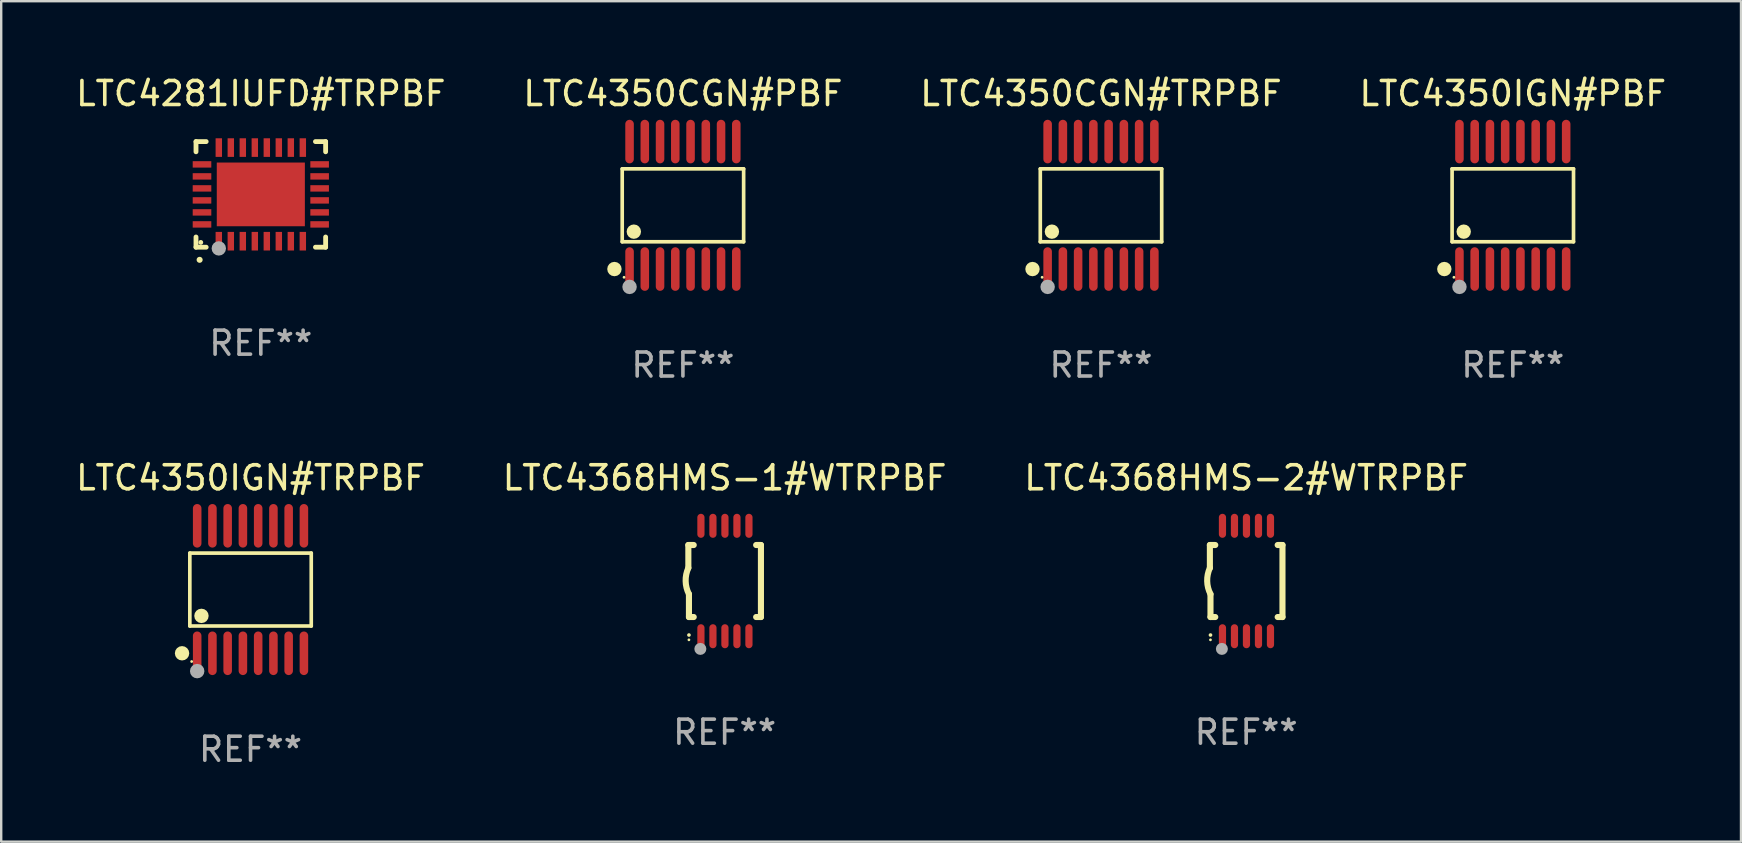
<source format=kicad_pcb>
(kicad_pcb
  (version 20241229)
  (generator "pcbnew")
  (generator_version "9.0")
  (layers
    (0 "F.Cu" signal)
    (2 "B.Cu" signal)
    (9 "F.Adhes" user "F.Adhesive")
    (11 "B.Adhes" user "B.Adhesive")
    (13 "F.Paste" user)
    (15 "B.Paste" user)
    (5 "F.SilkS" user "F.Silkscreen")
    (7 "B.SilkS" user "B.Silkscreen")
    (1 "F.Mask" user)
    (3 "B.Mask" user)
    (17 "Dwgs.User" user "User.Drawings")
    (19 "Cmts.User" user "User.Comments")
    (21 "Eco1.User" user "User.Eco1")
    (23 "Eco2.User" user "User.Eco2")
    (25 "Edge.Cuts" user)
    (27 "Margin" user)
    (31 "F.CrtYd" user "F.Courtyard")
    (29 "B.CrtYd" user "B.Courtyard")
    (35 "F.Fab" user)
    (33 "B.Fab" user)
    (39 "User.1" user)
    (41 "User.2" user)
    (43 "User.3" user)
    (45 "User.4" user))
  (footprint "LTC4281IUFD#TRPBF"
    (layer "F.Cu")
    (at 7.815 5.048)
    (property "Reference" "LTC4281IUFD#TRPBF" (at 0 -4.2 0) (layer "F.SilkS") (effects (font (size 1 1) (thickness 0.15))))
    (attr through_hole)
    (fp_line (start -2.7 -2.2) (end -2.276 -2.2) (stroke (width 0.201) (type solid)) (layer "F.SilkS"))
    (fp_line (start -2.7 -1.775) (end -2.7 -2.2) (stroke (width 0.201) (type solid)) (layer "F.SilkS"))
    (fp_line (start -2.7 2.2) (end -2.7 1.775) (stroke (width 0.201) (type solid)) (layer "F.SilkS"))
    (fp_line (start -2.276 2.2) (end -2.7 2.2) (stroke (width 0.201) (type solid)) (layer "F.SilkS"))
    (fp_line (start 2.276 2.2) (end 2.7 2.2) (stroke (width 0.201) (type solid)) (layer "F.SilkS"))
    (fp_line (start 2.7 -2.2) (end 2.276 -2.2) (stroke (width 0.201) (type solid)) (layer "F.SilkS"))
    (fp_line (start 2.7 -1.775) (end 2.7 -2.2) (stroke (width 0.201) (type solid)) (layer "F.SilkS"))
    (fp_line (start 2.7 2.2) (end 2.7 1.775) (stroke (width 0.201) (type solid)) (layer "F.SilkS"))
    (fp_arc (start -2.550165 2.725425) (mid -2.548895 2.725419) (end -2.547625 2.725425) (stroke (width 0.24892) (type solid)) (layer "F.SilkS"))
    (fp_circle (center -2.5 2) (end -2.45 2) (stroke (width 0.1) (type solid)) (fill no) (layer "F.SilkS"))
    (fp_circle (center -1.75 2.25) (end -1.6 2.25) (stroke (width 0.3) (type solid)) (fill no) (layer "F.Fab"))
    (fp_text user "REF**" (at 0 6.2 0) (layer "F.Fab") (effects (font (size 1 1) (thickness 0.15))))
    (pad "1" smd rect (at -1.75 1.95) (size 0.267 0.775) (layers "F.Cu" "F.Mask" "F.Paste"))
    (pad "2" smd rect (at -1.25 1.95) (size 0.267 0.775) (layers "F.Cu" "F.Mask" "F.Paste"))
    (pad "3" smd rect (at -0.75 1.95) (size 0.267 0.775) (layers "F.Cu" "F.Mask" "F.Paste"))
    (pad "4" smd rect (at -0.25 1.95) (size 0.267 0.775) (layers "F.Cu" "F.Mask" "F.Paste"))
    (pad "5" smd rect (at 0.25 1.95) (size 0.267 0.775) (layers "F.Cu" "F.Mask" "F.Paste"))
    (pad "6" smd rect (at 0.75 1.95) (size 0.267 0.775) (layers "F.Cu" "F.Mask" "F.Paste"))
    (pad "7" smd rect (at 1.25 1.95) (size 0.267 0.775) (layers "F.Cu" "F.Mask" "F.Paste"))
    (pad "8" smd rect (at 1.75 1.95) (size 0.267 0.775) (layers "F.Cu" "F.Mask" "F.Paste"))
    (pad "9" smd rect (at 2.45 1.25) (size 0.775 0.267) (layers "F.Cu" "F.Mask" "F.Paste"))
    (pad "10" smd rect (at 2.45 0.75) (size 0.775 0.267) (layers "F.Cu" "F.Mask" "F.Paste"))
    (pad "11" smd rect (at 2.45 0.25) (size 0.775 0.267) (layers "F.Cu" "F.Mask" "F.Paste"))
    (pad "12" smd rect (at 2.45 -0.25) (size 0.775 0.267) (layers "F.Cu" "F.Mask" "F.Paste"))
    (pad "13" smd rect (at 2.45 -0.75) (size 0.775 0.267) (layers "F.Cu" "F.Mask" "F.Paste"))
    (pad "14" smd rect (at 2.45 -1.25) (size 0.775 0.267) (layers "F.Cu" "F.Mask" "F.Paste"))
    (pad "15" smd rect (at 1.75 -1.95) (size 0.267 0.775) (layers "F.Cu" "F.Mask" "F.Paste"))
    (pad "16" smd rect (at 1.25 -1.95) (size 0.267 0.775) (layers "F.Cu" "F.Mask" "F.Paste"))
    (pad "17" smd rect (at 0.75 -1.95) (size 0.267 0.775) (layers "F.Cu" "F.Mask" "F.Paste"))
    (pad "18" smd rect (at 0.25 -1.95) (size 0.267 0.775) (layers "F.Cu" "F.Mask" "F.Paste"))
    (pad "19" smd rect (at -0.25 -1.95) (size 0.267 0.775) (layers "F.Cu" "F.Mask" "F.Paste"))
    (pad "20" smd rect (at -0.75 -1.95) (size 0.267 0.775) (layers "F.Cu" "F.Mask" "F.Paste"))
    (pad "21" smd rect (at -1.25 -1.95) (size 0.267 0.775) (layers "F.Cu" "F.Mask" "F.Paste"))
    (pad "22" smd rect (at -1.75 -1.95) (size 0.267 0.775) (layers "F.Cu" "F.Mask" "F.Paste"))
    (pad "23" smd rect (at -2.45 -1.25) (size 0.775 0.267) (layers "F.Cu" "F.Mask" "F.Paste"))
    (pad "24" smd rect (at -2.45 -0.75) (size 0.775 0.267) (layers "F.Cu" "F.Mask" "F.Paste"))
    (pad "25" smd rect (at -2.45 -0.25) (size 0.775 0.267) (layers "F.Cu" "F.Mask" "F.Paste"))
    (pad "26" smd rect (at -2.45 0.25) (size 0.775 0.267) (layers "F.Cu" "F.Mask" "F.Paste"))
    (pad "27" smd rect (at -2.45 0.75) (size 0.775 0.267) (layers "F.Cu" "F.Mask" "F.Paste"))
    (pad "28" smd rect (at -2.45 1.25) (size 0.775 0.267) (layers "F.Cu" "F.Mask" "F.Paste"))
    (pad "29" smd rect (at 0.000127 0.000127) (size 3.67 2.654) (layers "F.Cu" "F.Mask" "F.Paste")))
  (footprint "LTC4350IGN#TRPBF"
    (layer "F.Cu")
    (at 7.387 21.509)
    (property "Reference" "LTC4350IGN#TRPBF" (at 0 -4.655 0) (layer "F.SilkS") (effects (font (size 1 1) (thickness 0.15))))
    (attr through_hole)
    (fp_line (start -2.529 -1.519) (end 2.529 -1.519) (stroke (width 0.152) (type solid)) (layer "F.SilkS"))
    (fp_line (start -2.529 1.519) (end -2.529 -1.519) (stroke (width 0.152) (type solid)) (layer "F.SilkS"))
    (fp_line (start 2.529 -1.519) (end 2.529 1.519) (stroke (width 0.152) (type solid)) (layer "F.SilkS"))
    (fp_line (start 2.529 1.519) (end -2.529 1.519) (stroke (width 0.152) (type solid)) (layer "F.SilkS"))
    (fp_circle (center -2.853 2.655) (end -2.703 2.655) (stroke (width 0.3) (type solid)) (fill no) (layer "F.SilkS"))
    (fp_circle (center -2.453 2.998) (end -2.423 2.998) (stroke (width 0.06) (type solid)) (fill no) (layer "F.SilkS"))
    (fp_circle (center -2.045 1.097) (end -1.895 1.097) (stroke (width 0.3) (type solid)) (fill no) (layer "F.SilkS"))
    (fp_circle (center -2.223 3.398) (end -2.072 3.398) (stroke (width 0.3) (type solid)) (fill no) (layer "F.Fab"))
    (fp_text user "REF**" (at 0 6.655 0) (layer "F.Fab") (effects (font (size 1 1) (thickness 0.15))))
    (pad "1" smd oval (at -2.223 2.655) (size 0.356 1.815) (layers "F.Cu" "F.Mask" "F.Paste"))
    (pad "2" smd oval (at -1.588 2.655) (size 0.356 1.815) (layers "F.Cu" "F.Mask" "F.Paste"))
    (pad "3" smd oval (at -0.953 2.655) (size 0.356 1.815) (layers "F.Cu" "F.Mask" "F.Paste"))
    (pad "4" smd oval (at -0.318 2.655) (size 0.356 1.815) (layers "F.Cu" "F.Mask" "F.Paste"))
    (pad "5" smd oval (at 0.318 2.655) (size 0.356 1.815) (layers "F.Cu" "F.Mask" "F.Paste"))
    (pad "6" smd oval (at 0.953 2.655) (size 0.356 1.815) (layers "F.Cu" "F.Mask" "F.Paste"))
    (pad "7" smd oval (at 1.588 2.655) (size 0.356 1.815) (layers "F.Cu" "F.Mask" "F.Paste"))
    (pad "8" smd oval (at 2.223 2.655) (size 0.356 1.815) (layers "F.Cu" "F.Mask" "F.Paste"))
    (pad "9" smd oval (at 2.223 -2.655) (size 0.356 1.815) (layers "F.Cu" "F.Mask" "F.Paste"))
    (pad "10" smd oval (at 1.588 -2.655) (size 0.356 1.815) (layers "F.Cu" "F.Mask" "F.Paste"))
    (pad "11" smd oval (at 0.953 -2.655) (size 0.356 1.815) (layers "F.Cu" "F.Mask" "F.Paste"))
    (pad "12" smd oval (at 0.318 -2.655) (size 0.356 1.815) (layers "F.Cu" "F.Mask" "F.Paste"))
    (pad "13" smd oval (at -0.318 -2.655) (size 0.356 1.815) (layers "F.Cu" "F.Mask" "F.Paste"))
    (pad "14" smd oval (at -0.953 -2.655) (size 0.356 1.815) (layers "F.Cu" "F.Mask" "F.Paste"))
    (pad "15" smd oval (at -1.588 -2.655) (size 0.356 1.815) (layers "F.Cu" "F.Mask" "F.Paste"))
    (pad "16" smd oval (at -2.223 -2.655) (size 0.356 1.815) (layers "F.Cu" "F.Mask" "F.Paste")))
  (footprint "LTC4350CGN#PBF"
    (layer "F.Cu")
    (at 25.399 5.503)
    (property "Reference" "LTC4350CGN#PBF" (at 0 -4.655 0) (layer "F.SilkS") (effects (font (size 1 1) (thickness 0.15))))
    (attr through_hole)
    (fp_line (start -2.529 -1.519) (end 2.529 -1.519) (stroke (width 0.152) (type solid)) (layer "F.SilkS"))
    (fp_line (start -2.529 1.519) (end -2.529 -1.519) (stroke (width 0.152) (type solid)) (layer "F.SilkS"))
    (fp_line (start 2.529 -1.519) (end 2.529 1.519) (stroke (width 0.152) (type solid)) (layer "F.SilkS"))
    (fp_line (start 2.529 1.519) (end -2.529 1.519) (stroke (width 0.152) (type solid)) (layer "F.SilkS"))
    (fp_circle (center -2.853 2.655) (end -2.703 2.655) (stroke (width 0.3) (type solid)) (fill no) (layer "F.SilkS"))
    (fp_circle (center -2.453 2.998) (end -2.423 2.998) (stroke (width 0.06) (type solid)) (fill no) (layer "F.SilkS"))
    (fp_circle (center -2.045 1.097) (end -1.895 1.097) (stroke (width 0.3) (type solid)) (fill no) (layer "F.SilkS"))
    (fp_circle (center -2.223 3.398) (end -2.072 3.398) (stroke (width 0.3) (type solid)) (fill no) (layer "F.Fab"))
    (fp_text user "REF**" (at 0 6.655 0) (layer "F.Fab") (effects (font (size 1 1) (thickness 0.15))))
    (pad "1" smd oval (at -2.223 2.655) (size 0.356 1.815) (layers "F.Cu" "F.Mask" "F.Paste"))
    (pad "2" smd oval (at -1.588 2.655) (size 0.356 1.815) (layers "F.Cu" "F.Mask" "F.Paste"))
    (pad "3" smd oval (at -0.953 2.655) (size 0.356 1.815) (layers "F.Cu" "F.Mask" "F.Paste"))
    (pad "4" smd oval (at -0.318 2.655) (size 0.356 1.815) (layers "F.Cu" "F.Mask" "F.Paste"))
    (pad "5" smd oval (at 0.318 2.655) (size 0.356 1.815) (layers "F.Cu" "F.Mask" "F.Paste"))
    (pad "6" smd oval (at 0.953 2.655) (size 0.356 1.815) (layers "F.Cu" "F.Mask" "F.Paste"))
    (pad "7" smd oval (at 1.588 2.655) (size 0.356 1.815) (layers "F.Cu" "F.Mask" "F.Paste"))
    (pad "8" smd oval (at 2.223 2.655) (size 0.356 1.815) (layers "F.Cu" "F.Mask" "F.Paste"))
    (pad "9" smd oval (at 2.223 -2.655) (size 0.356 1.815) (layers "F.Cu" "F.Mask" "F.Paste"))
    (pad "10" smd oval (at 1.588 -2.655) (size 0.356 1.815) (layers "F.Cu" "F.Mask" "F.Paste"))
    (pad "11" smd oval (at 0.953 -2.655) (size 0.356 1.815) (layers "F.Cu" "F.Mask" "F.Paste"))
    (pad "12" smd oval (at 0.318 -2.655) (size 0.356 1.815) (layers "F.Cu" "F.Mask" "F.Paste"))
    (pad "13" smd oval (at -0.318 -2.655) (size 0.356 1.815) (layers "F.Cu" "F.Mask" "F.Paste"))
    (pad "14" smd oval (at -0.953 -2.655) (size 0.356 1.815) (layers "F.Cu" "F.Mask" "F.Paste"))
    (pad "15" smd oval (at -1.588 -2.655) (size 0.356 1.815) (layers "F.Cu" "F.Mask" "F.Paste"))
    (pad "16" smd oval (at -2.223 -2.655) (size 0.356 1.815) (layers "F.Cu" "F.Mask" "F.Paste")))
  (footprint "LTC4350CGN#TRPBF"
    (layer "F.Cu")
    (at 42.815 5.503)
    (property "Reference" "LTC4350CGN#TRPBF" (at 0 -4.655 0) (layer "F.SilkS") (effects (font (size 1 1) (thickness 0.15))))
    (attr through_hole)
    (fp_line (start -2.529 -1.519) (end 2.529 -1.519) (stroke (width 0.152) (type solid)) (layer "F.SilkS"))
    (fp_line (start -2.529 1.519) (end -2.529 -1.519) (stroke (width 0.152) (type solid)) (layer "F.SilkS"))
    (fp_line (start 2.529 -1.519) (end 2.529 1.519) (stroke (width 0.152) (type solid)) (layer "F.SilkS"))
    (fp_line (start 2.529 1.519) (end -2.529 1.519) (stroke (width 0.152) (type solid)) (layer "F.SilkS"))
    (fp_circle (center -2.853 2.655) (end -2.703 2.655) (stroke (width 0.3) (type solid)) (fill no) (layer "F.SilkS"))
    (fp_circle (center -2.453 2.998) (end -2.423 2.998) (stroke (width 0.06) (type solid)) (fill no) (layer "F.SilkS"))
    (fp_circle (center -2.045 1.097) (end -1.895 1.097) (stroke (width 0.3) (type solid)) (fill no) (layer "F.SilkS"))
    (fp_circle (center -2.223 3.398) (end -2.072 3.398) (stroke (width 0.3) (type solid)) (fill no) (layer "F.Fab"))
    (fp_text user "REF**" (at 0 6.655 0) (layer "F.Fab") (effects (font (size 1 1) (thickness 0.15))))
    (pad "1" smd oval (at -2.223 2.655) (size 0.356 1.815) (layers "F.Cu" "F.Mask" "F.Paste"))
    (pad "2" smd oval (at -1.588 2.655) (size 0.356 1.815) (layers "F.Cu" "F.Mask" "F.Paste"))
    (pad "3" smd oval (at -0.953 2.655) (size 0.356 1.815) (layers "F.Cu" "F.Mask" "F.Paste"))
    (pad "4" smd oval (at -0.318 2.655) (size 0.356 1.815) (layers "F.Cu" "F.Mask" "F.Paste"))
    (pad "5" smd oval (at 0.318 2.655) (size 0.356 1.815) (layers "F.Cu" "F.Mask" "F.Paste"))
    (pad "6" smd oval (at 0.953 2.655) (size 0.356 1.815) (layers "F.Cu" "F.Mask" "F.Paste"))
    (pad "7" smd oval (at 1.588 2.655) (size 0.356 1.815) (layers "F.Cu" "F.Mask" "F.Paste"))
    (pad "8" smd oval (at 2.223 2.655) (size 0.356 1.815) (layers "F.Cu" "F.Mask" "F.Paste"))
    (pad "9" smd oval (at 2.223 -2.655) (size 0.356 1.815) (layers "F.Cu" "F.Mask" "F.Paste"))
    (pad "10" smd oval (at 1.588 -2.655) (size 0.356 1.815) (layers "F.Cu" "F.Mask" "F.Paste"))
    (pad "11" smd oval (at 0.953 -2.655) (size 0.356 1.815) (layers "F.Cu" "F.Mask" "F.Paste"))
    (pad "12" smd oval (at 0.318 -2.655) (size 0.356 1.815) (layers "F.Cu" "F.Mask" "F.Paste"))
    (pad "13" smd oval (at -0.318 -2.655) (size 0.356 1.815) (layers "F.Cu" "F.Mask" "F.Paste"))
    (pad "14" smd oval (at -0.953 -2.655) (size 0.356 1.815) (layers "F.Cu" "F.Mask" "F.Paste"))
    (pad "15" smd oval (at -1.588 -2.655) (size 0.356 1.815) (layers "F.Cu" "F.Mask" "F.Paste"))
    (pad "16" smd oval (at -2.223 -2.655) (size 0.356 1.815) (layers "F.Cu" "F.Mask" "F.Paste")))
  (footprint "LTC4350IGN#PBF"
    (layer "F.Cu")
    (at 59.97 5.503)
    (property "Reference" "LTC4350IGN#PBF" (at 0 -4.655 0) (layer "F.SilkS") (effects (font (size 1 1) (thickness 0.15))))
    (attr through_hole)
    (fp_line (start -2.529 -1.519) (end 2.529 -1.519) (stroke (width 0.152) (type solid)) (layer "F.SilkS"))
    (fp_line (start -2.529 1.519) (end -2.529 -1.519) (stroke (width 0.152) (type solid)) (layer "F.SilkS"))
    (fp_line (start 2.529 -1.519) (end 2.529 1.519) (stroke (width 0.152) (type solid)) (layer "F.SilkS"))
    (fp_line (start 2.529 1.519) (end -2.529 1.519) (stroke (width 0.152) (type solid)) (layer "F.SilkS"))
    (fp_circle (center -2.853 2.655) (end -2.703 2.655) (stroke (width 0.3) (type solid)) (fill no) (layer "F.SilkS"))
    (fp_circle (center -2.453 2.998) (end -2.423 2.998) (stroke (width 0.06) (type solid)) (fill no) (layer "F.SilkS"))
    (fp_circle (center -2.045 1.097) (end -1.895 1.097) (stroke (width 0.3) (type solid)) (fill no) (layer "F.SilkS"))
    (fp_circle (center -2.223 3.398) (end -2.072 3.398) (stroke (width 0.3) (type solid)) (fill no) (layer "F.Fab"))
    (fp_text user "REF**" (at 0 6.655 0) (layer "F.Fab") (effects (font (size 1 1) (thickness 0.15))))
    (pad "1" smd oval (at -2.223 2.655) (size 0.356 1.815) (layers "F.Cu" "F.Mask" "F.Paste"))
    (pad "2" smd oval (at -1.588 2.655) (size 0.356 1.815) (layers "F.Cu" "F.Mask" "F.Paste"))
    (pad "3" smd oval (at -0.953 2.655) (size 0.356 1.815) (layers "F.Cu" "F.Mask" "F.Paste"))
    (pad "4" smd oval (at -0.318 2.655) (size 0.356 1.815) (layers "F.Cu" "F.Mask" "F.Paste"))
    (pad "5" smd oval (at 0.318 2.655) (size 0.356 1.815) (layers "F.Cu" "F.Mask" "F.Paste"))
    (pad "6" smd oval (at 0.953 2.655) (size 0.356 1.815) (layers "F.Cu" "F.Mask" "F.Paste"))
    (pad "7" smd oval (at 1.588 2.655) (size 0.356 1.815) (layers "F.Cu" "F.Mask" "F.Paste"))
    (pad "8" smd oval (at 2.223 2.655) (size 0.356 1.815) (layers "F.Cu" "F.Mask" "F.Paste"))
    (pad "9" smd oval (at 2.223 -2.655) (size 0.356 1.815) (layers "F.Cu" "F.Mask" "F.Paste"))
    (pad "10" smd oval (at 1.588 -2.655) (size 0.356 1.815) (layers "F.Cu" "F.Mask" "F.Paste"))
    (pad "11" smd oval (at 0.953 -2.655) (size 0.356 1.815) (layers "F.Cu" "F.Mask" "F.Paste"))
    (pad "12" smd oval (at 0.318 -2.655) (size 0.356 1.815) (layers "F.Cu" "F.Mask" "F.Paste"))
    (pad "13" smd oval (at -0.318 -2.655) (size 0.356 1.815) (layers "F.Cu" "F.Mask" "F.Paste"))
    (pad "14" smd oval (at -0.953 -2.655) (size 0.356 1.815) (layers "F.Cu" "F.Mask" "F.Paste"))
    (pad "15" smd oval (at -1.588 -2.655) (size 0.356 1.815) (layers "F.Cu" "F.Mask" "F.Paste"))
    (pad "16" smd oval (at -2.223 -2.655) (size 0.356 1.815) (layers "F.Cu" "F.Mask" "F.Paste")))
  (footprint "LTC4368HMS-2#WTRPBF"
    (layer "F.Cu")
    (at 48.863 21.154)
    (property "Reference" "LTC4368HMS-2#WTRPBF" (at 0 -4.3 0) (layer "F.SilkS") (effects (font (size 1 1) (thickness 0.15))))
    (attr through_hole)
    (fp_line (start -1.512 -1.5) (end -1.512 -0.546) (stroke (width 0.254) (type solid)) (layer "F.SilkS"))
    (fp_line (start -1.487 0.546) (end -1.487 1.5) (stroke (width 0.254) (type solid)) (layer "F.SilkS"))
    (fp_line (start -1.288 -1.5) (end -1.512 -1.5) (stroke (width 0.254) (type solid)) (layer "F.SilkS"))
    (fp_line (start -1.288 1.5) (end -1.487 1.5) (stroke (width 0.254) (type solid)) (layer "F.SilkS"))
    (fp_line (start 1.512 -1.5) (end 1.312 -1.5) (stroke (width 0.254) (type solid)) (layer "F.SilkS"))
    (fp_line (start 1.512 -1.5) (end 1.512 1.5) (stroke (width 0.254) (type solid)) (layer "F.SilkS"))
    (fp_line (start 1.512 1.5) (end 1.312 1.5) (stroke (width 0.254) (type solid)) (layer "F.SilkS"))
    (fp_arc (start -1.487998 2.250013) (mid -1.486728 2.250007) (end -1.485458 2.250013) (stroke (width 0.150013) (type solid)) (layer "F.SilkS"))
    (fp_arc (start -1.486602 0.546102) (mid -1.624196 0.002905) (end -1.512002 -0.546101) (stroke (width 0.254001) (type solid)) (layer "F.SilkS"))
    (fp_circle (center -1.488 2.45) (end -1.458 2.45) (stroke (width 0.06) (type solid)) (fill no) (layer "F.SilkS"))
    (fp_circle (center -1.012 2.828) (end -0.887 2.828) (stroke (width 0.25) (type solid)) (fill no) (layer "F.Fab"))
    (fp_text user "REF**" (at 0 6.3 0) (layer "F.Fab") (effects (font (size 1 1) (thickness 0.15))))
    (pad "1" smd oval (at -0.988 2.3) (size 0.3 1) (layers "F.Cu" "F.Mask" "F.Paste"))
    (pad "2" smd oval (at -0.488 2.3) (size 0.3 1) (layers "F.Cu" "F.Mask" "F.Paste"))
    (pad "3" smd oval (at 0.012 2.3) (size 0.3 1) (layers "F.Cu" "F.Mask" "F.Paste"))
    (pad "4" smd oval (at 0.512 2.3) (size 0.3 1) (layers "F.Cu" "F.Mask" "F.Paste"))
    (pad "5" smd oval (at 1.012 2.3) (size 0.3 1) (layers "F.Cu" "F.Mask" "F.Paste"))
    (pad "6" smd oval (at 1.012 -2.3) (size 0.3 1) (layers "F.Cu" "F.Mask" "F.Paste"))
    (pad "7" smd oval (at 0.512 -2.3) (size 0.3 1) (layers "F.Cu" "F.Mask" "F.Paste"))
    (pad "8" smd oval (at 0.012 -2.3) (size 0.3 1) (layers "F.Cu" "F.Mask" "F.Paste"))
    (pad "9" smd oval (at -0.488 -2.3) (size 0.3 1) (layers "F.Cu" "F.Mask" "F.Paste"))
    (pad "10" smd oval (at -0.988 -2.3) (size 0.3 1) (layers "F.Cu" "F.Mask" "F.Paste")))
  (footprint "LTC4368HMS-1#WTRPBF"
    (layer "F.Cu")
    (at 27.137 21.154)
    (property "Reference" "LTC4368HMS-1#WTRPBF" (at 0 -4.3 0) (layer "F.SilkS") (effects (font (size 1 1) (thickness 0.15))))
    (attr through_hole)
    (fp_line (start -1.512 -1.5) (end -1.512 -0.546) (stroke (width 0.254) (type solid)) (layer "F.SilkS"))
    (fp_line (start -1.487 0.546) (end -1.487 1.5) (stroke (width 0.254) (type solid)) (layer "F.SilkS"))
    (fp_line (start -1.288 -1.5) (end -1.512 -1.5) (stroke (width 0.254) (type solid)) (layer "F.SilkS"))
    (fp_line (start -1.288 1.5) (end -1.487 1.5) (stroke (width 0.254) (type solid)) (layer "F.SilkS"))
    (fp_line (start 1.512 -1.5) (end 1.312 -1.5) (stroke (width 0.254) (type solid)) (layer "F.SilkS"))
    (fp_line (start 1.512 -1.5) (end 1.512 1.5) (stroke (width 0.254) (type solid)) (layer "F.SilkS"))
    (fp_line (start 1.512 1.5) (end 1.312 1.5) (stroke (width 0.254) (type solid)) (layer "F.SilkS"))
    (fp_arc (start -1.487998 2.250013) (mid -1.486728 2.250007) (end -1.485458 2.250013) (stroke (width 0.150013) (type solid)) (layer "F.SilkS"))
    (fp_arc (start -1.486602 0.546102) (mid -1.624196 0.002905) (end -1.512002 -0.546101) (stroke (width 0.254001) (type solid)) (layer "F.SilkS"))
    (fp_circle (center -1.488 2.45) (end -1.458 2.45) (stroke (width 0.06) (type solid)) (fill no) (layer "F.SilkS"))
    (fp_circle (center -1.012 2.828) (end -0.887 2.828) (stroke (width 0.25) (type solid)) (fill no) (layer "F.Fab"))
    (fp_text user "REF**" (at 0 6.3 0) (layer "F.Fab") (effects (font (size 1 1) (thickness 0.15))))
    (pad "1" smd oval (at -0.988 2.3) (size 0.3 1) (layers "F.Cu" "F.Mask" "F.Paste"))
    (pad "2" smd oval (at -0.488 2.3) (size 0.3 1) (layers "F.Cu" "F.Mask" "F.Paste"))
    (pad "3" smd oval (at 0.012 2.3) (size 0.3 1) (layers "F.Cu" "F.Mask" "F.Paste"))
    (pad "4" smd oval (at 0.512 2.3) (size 0.3 1) (layers "F.Cu" "F.Mask" "F.Paste"))
    (pad "5" smd oval (at 1.012 2.3) (size 0.3 1) (layers "F.Cu" "F.Mask" "F.Paste"))
    (pad "6" smd oval (at 1.012 -2.3) (size 0.3 1) (layers "F.Cu" "F.Mask" "F.Paste"))
    (pad "7" smd oval (at 0.512 -2.3) (size 0.3 1) (layers "F.Cu" "F.Mask" "F.Paste"))
    (pad "8" smd oval (at 0.012 -2.3) (size 0.3 1) (layers "F.Cu" "F.Mask" "F.Paste"))
    (pad "9" smd oval (at -0.488 -2.3) (size 0.3 1) (layers "F.Cu" "F.Mask" "F.Paste"))
    (pad "10" smd oval (at -0.988 -2.3) (size 0.3 1) (layers "F.Cu" "F.Mask" "F.Paste")))
  (gr_rect
    (start -3 -3)
    (end 69.476 32.012)
    (stroke (width 0.1) (type default))
    (fill no)
    (layer "Edge.Cuts")))
</source>
